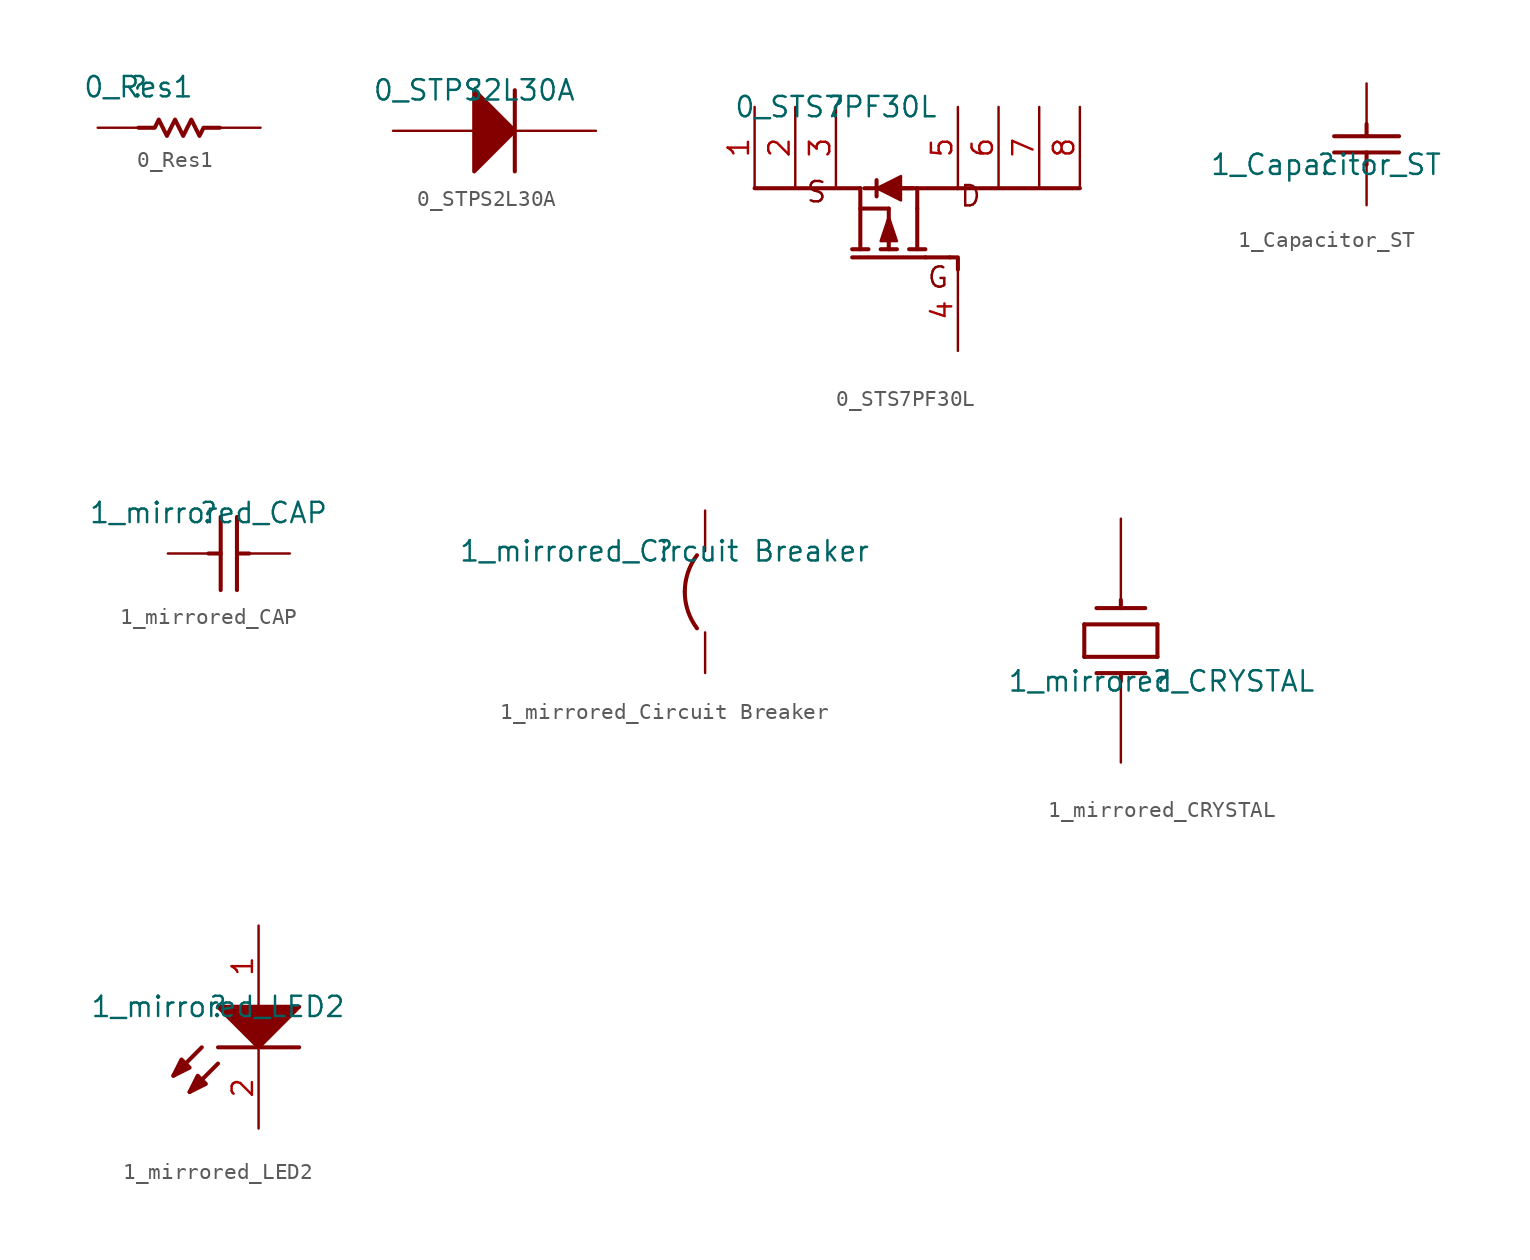
<source format=kicad_sym>
(kicad_symbol_lib
  (version 20211014)
  (generator kicad_symbol_editor)
  (symbol "0_Res1"
    (property "Reference" ""
      (at 0 0 0)
      (effects (font (size 1.27 1.27))))
    (property "Value" "0_Res1"
      (at 0 0 0)
      (effects (font (size 1.27 1.27))))
    (symbol "0_Res1_1_0"
      (polyline (pts (xy 5.08 -2.54) (xy 4.064 -2.54) (xy 3.81 -3.048) (xy 3.302 -2.032) (xy 2.794 -3.048) (xy 2.286 -2.032) (xy 1.778 -3.048) (xy 1.27 -2.032) (xy 1.016 -2.54) (xy 0 -2.54)) (stroke (width 0.254) (type default) (color 0 0 0 0)) (fill (type none)))
      (pin passive line (at -2.54 -2.54 0) (length 2.54) (name "1" (effects (font (size 0 0)))) (number "1" (effects (font (size 0 0)))))
      (pin passive line (at 7.62 -2.54 180) (length 2.54) (name "2" (effects (font (size 0 0)))) (number "2" (effects (font (size 0 0)))))))
  (symbol "0_STPS2L30A"
    (property "Reference" ""
      (at 0 0 0)
      (effects (font (size 1.27 1.27))))
    (property "Value" "0_STPS2L30A"
      (at 0 0 0)
      (effects (font (size 1.27 1.27))))
    (symbol "0_STPS2L30A_1_0"
      (polyline (pts (xy 2.54 0) (xy 2.54 -5.08)) (stroke (width 0.254) (type default) (color 0 0 0 0)) (fill (type none)))
      (polyline (pts (xy 0 -5.08) (xy 2.54 -2.54) (xy 0 0) (xy 0 -5.08)) (stroke (width 0.254) (type default) (color 0 0 0 0)) (fill (type outline)))
      (pin passive line (at -5.08 -2.54 0) (length 5.08) (name "A" (effects (font (size 0 0)))) (number "1" (effects (font (size 0 0)))))
      (pin passive line (at 7.62 -2.54 180) (length 5.08) (name "K" (effects (font (size 0 0)))) (number "2" (effects (font (size 0 0)))))))
  (symbol "0_STS7PF30L"
    (property "Reference" ""
      (at 0 0 0)
      (effects (font (size 1.27 1.27))))
    (property "Value" "0_STS7PF30L"
      (at 0 0 0)
      (effects (font (size 1.27 1.27))))
    (symbol "0_STS7PF30L_1_0"
      (polyline (pts (xy 1.016 -9.398) (xy 5.588 -9.398)) (stroke (width 0.254) (type default) (color 0 0 0 0)) (fill (type none)))
      (polyline (pts (xy 1.016 -8.89) (xy 2.032 -8.89)) (stroke (width 0.254) (type default) (color 0 0 0 0)) (fill (type none)))
      (polyline (pts (xy 1.524 -8.89) (xy 1.524 -5.08)) (stroke (width 0.254) (type default) (color 0 0 0 0)) (fill (type none)))
      (polyline (pts (xy 1.524 -5.08) (xy -5.08 -5.08)) (stroke (width 0.254) (type default) (color 0 0 0 0)) (fill (type none)))
      (polyline (pts (xy 2.54 -5.588) (xy 2.54 -4.572)) (stroke (width 0.254) (type default) (color 0 0 0 0)) (fill (type none)))
      (polyline (pts (xy 3.302 -6.35) (xy 1.524 -6.35)) (stroke (width 0.254) (type default) (color 0 0 0 0)) (fill (type none)))
      (polyline (pts (xy 3.302 -6.35) (xy 3.302 -8.89)) (stroke (width 0.254) (type default) (color 0 0 0 0)) (fill (type none)))
      (polyline (pts (xy 3.81 -8.89) (xy 2.794 -8.89)) (stroke (width 0.254) (type default) (color 0 0 0 0)) (fill (type none)))
      (polyline (pts (xy 4.826 -5.08) (xy 1.778 -5.08)) (stroke (width 0.254) (type default) (color 0 0 0 0)) (fill (type none)))
      (polyline (pts (xy 5.08 -6.35) (xy 5.08 -8.89)) (stroke (width 0.254) (type default) (color 0 0 0 0)) (fill (type none)))
      (polyline (pts (xy 5.08 -5.08) (xy 2.54 -5.08)) (stroke (width 0.254) (type default) (color 0 0 0 0)) (fill (type none)))
      (polyline (pts (xy 5.588 -9.398) (xy 7.112 -9.398)) (stroke (width 0.254) (type default) (color 0 0 0 0)) (fill (type none)))
      (polyline (pts (xy 5.588 -8.89) (xy 4.572 -8.89)) (stroke (width 0.254) (type default) (color 0 0 0 0)) (fill (type none)))
      (polyline (pts (xy 7.62 -5.08) (xy 7.62 -5.08)) (stroke (width 0.254) (type default) (color 0 0 0 0)) (fill (type none)))
      (polyline (pts (xy 5.08 -6.35) (xy 5.08 -5.08) (xy 15.24 -5.08)) (stroke (width 0.254) (type default) (color 0 0 0 0)) (fill (type none)))
      (polyline (pts (xy 7.112 -9.398) (xy 7.62 -9.398) (xy 7.62 -10.16)) (stroke (width 0.254) (type default) (color 0 0 0 0)) (fill (type none)))
      (polyline (pts (xy 2.54 -5.08) (xy 4.064 -5.842) (xy 4.064 -4.318) (xy 2.54 -5.08)) (stroke (width 0) (type default) (color 0 0 0 0)) (fill (type outline)))
      (polyline (pts (xy 3.302 -6.858) (xy 2.794 -8.382) (xy 3.81 -8.382) (xy 3.302 -6.858)) (stroke (width 0) (type default) (color 0 0 0 0)) (fill (type outline)))
      (text "D" (at 9.144 -4.826 0) (effects (font (size 1.27 1.27)) (justify right top)))
      (text "G" (at 7.112 -9.906 0) (effects (font (size 1.27 1.27)) (justify right top)))
      (text "S" (at -0.508 -4.572 0) (effects (font (size 1.27 1.27)) (justify right top)))
      (pin passive line (at -5.08 0 270) (length 5.08) (name "S" (effects (font (size 0 0)))) (number "1" (effects (font (size 1.27 1.27)))))
      (pin passive line (at -2.54 0 270) (length 5.08) (name "S" (effects (font (size 0 0)))) (number "2" (effects (font (size 1.27 1.27)))))
      (pin passive line (at 0 0 270) (length 5.08) (name "S" (effects (font (size 0 0)))) (number "3" (effects (font (size 1.27 1.27)))))
      (pin passive line (at 7.62 -15.24 90) (length 5.08) (name "G" (effects (font (size 0 0)))) (number "4" (effects (font (size 1.27 1.27)))))
      (pin passive line (at 7.62 0 270) (length 5.08) (name "D" (effects (font (size 0 0)))) (number "5" (effects (font (size 1.27 1.27)))))
      (pin passive line (at 10.16 0 270) (length 5.08) (name "D" (effects (font (size 0 0)))) (number "6" (effects (font (size 1.27 1.27)))))
      (pin passive line (at 12.7 0 270) (length 5.08) (name "D" (effects (font (size 0 0)))) (number "7" (effects (font (size 1.27 1.27)))))
      (pin passive line (at 15.24 0 270) (length 5.08) (name "D" (effects (font (size 0 0)))) (number "8" (effects (font (size 1.27 1.27)))))))
  (symbol "1_Capacitor_ST"
    (property "Reference" ""
      (at 0 0 0)
      (effects (font (size 1.27 1.27))))
    (property "Value" "1_Capacitor_ST"
      (at 0 0 0)
      (effects (font (size 1.27 1.27))))
    (symbol "1_Capacitor_ST_1_0"
      (polyline (pts (xy 0.508 1.778) (xy 4.572 1.778)) (stroke (width 0.254) (type default) (color 0 0 0 0)) (fill (type none)))
      (polyline (pts (xy 2.54 0) (xy 2.54 0.762)) (stroke (width 0.254) (type default) (color 0 0 0 0)) (fill (type none)))
      (polyline (pts (xy 2.54 2.54) (xy 2.54 1.778)) (stroke (width 0.254) (type default) (color 0 0 0 0)) (fill (type none)))
      (polyline (pts (xy 4.572 0.762) (xy 0.508 0.762)) (stroke (width 0.254) (type default) (color 0 0 0 0)) (fill (type none)))
      (pin passive line (at 2.54 -2.54 90) (length 2.54) (name "1" (effects (font (size 0 0)))) (number "1" (effects (font (size 0 0)))))
      (pin passive line (at 2.54 5.08 270) (length 2.54) (name "2" (effects (font (size 0 0)))) (number "2" (effects (font (size 0 0)))))))
  (symbol "1_mirrored_CAP"
    (property "Reference" ""
      (at 0 0 0)
      (effects (font (size 1.27 1.27))))
    (property "Value" "1_mirrored_CAP"
      (at 0 0 0)
      (effects (font (size 1.27 1.27))))
    (symbol "1_mirrored_CAP_1_0"
      (polyline (pts (xy 0 -2.54) (xy 0.762 -2.54)) (stroke (width 0.254) (type default) (color 0 0 0 0)) (fill (type none)))
      (polyline (pts (xy 0.762 -0.254) (xy 0.762 -4.826)) (stroke (width 0.254) (type default) (color 0 0 0 0)) (fill (type none)))
      (polyline (pts (xy 1.778 -2.54) (xy 2.54 -2.54)) (stroke (width 0.254) (type default) (color 0 0 0 0)) (fill (type none)))
      (polyline (pts (xy 1.778 -0.254) (xy 1.778 -4.826)) (stroke (width 0.254) (type default) (color 0 0 0 0)) (fill (type none)))
      (pin passive line (at -2.54 -2.54 0) (length 2.54) (name "1" (effects (font (size 0 0)))) (number "1" (effects (font (size 0 0)))))
      (pin passive line (at 5.08 -2.54 180) (length 2.54) (name "2" (effects (font (size 0 0)))) (number "2" (effects (font (size 0 0)))))))
  (symbol "1_mirrored_Circuit Breaker"
    (property "Reference" ""
      (at 0 0 0)
      (effects (font (size 1.27 1.27))))
    (property "Value" "1_mirrored_Circuit Breaker"
      (at 0 0 0)
      (effects (font (size 1.27 1.27))))
    (symbol "1_mirrored_Circuit Breaker_1_0"
      (arc (start 1.27 -2.54) (mid 1.4655 -3.7448) (end 2.032 -4.826) (stroke (width 0.254) (type default) (color 0 0 0 0)) (fill (type none)))
      (arc (start 2.032 -0.254) (mid 1.4655 -1.3352) (end 1.27 -2.54) (stroke (width 0.254) (type default) (color 0 0 0 0)) (fill (type none)))
      (pin passive line (at 2.54 2.54 270) (length 2.54) (name "1" (effects (font (size 0 0)))) (number "1" (effects (font (size 0 0)))))
      (pin passive line (at 2.54 -7.62 90) (length 2.54) (name "2" (effects (font (size 0 0)))) (number "2" (effects (font (size 0 0)))))))
  (symbol "1_mirrored_CRYSTAL"
    (property "Reference" ""
      (at 0 0 0)
      (effects (font (size 1.27 1.27))))
    (property "Value" "1_mirrored_CRYSTAL"
      (at 0 0 0)
      (effects (font (size 1.27 1.27))))
    (symbol "1_mirrored_CRYSTAL_1_0"
      (polyline (pts (xy -4.826 1.524) (xy -4.826 3.556)) (stroke (width 0.254) (type default) (color 0 0 0 0)) (fill (type none)))
      (polyline (pts (xy -2.54 0) (xy -2.54 0.508)) (stroke (width 0.254) (type default) (color 0 0 0 0)) (fill (type none)))
      (polyline (pts (xy -2.54 4.572) (xy -2.54 5.08)) (stroke (width 0.254) (type default) (color 0 0 0 0)) (fill (type none)))
      (polyline (pts (xy -1.016 0.508) (xy -4.064 0.508)) (stroke (width 0.254) (type default) (color 0 0 0 0)) (fill (type none)))
      (polyline (pts (xy -1.016 4.572) (xy -4.064 4.572)) (stroke (width 0.254) (type default) (color 0 0 0 0)) (fill (type none)))
      (polyline (pts (xy -0.254 1.524) (xy -4.826 1.524)) (stroke (width 0.254) (type default) (color 0 0 0 0)) (fill (type none)))
      (polyline (pts (xy -0.254 1.524) (xy -0.254 3.556)) (stroke (width 0.254) (type default) (color 0 0 0 0)) (fill (type none)))
      (polyline (pts (xy -0.254 3.556) (xy -4.826 3.556)) (stroke (width 0.254) (type default) (color 0 0 0 0)) (fill (type none)))
      (pin passive line (at -2.54 -5.08 90) (length 5.08) (name "1" (effects (font (size 0 0)))) (number "1" (effects (font (size 0 0)))))
      (pin passive line (at -2.54 10.16 270) (length 5.08) (name "2" (effects (font (size 0 0)))) (number "2" (effects (font (size 0 0)))))))
  (symbol "1_mirrored_LED2"
    (property "Reference" ""
      (at 0 0 0)
      (effects (font (size 1.27 1.27))))
    (property "Value" "1_mirrored_LED2"
      (at 0 0 0)
      (effects (font (size 1.27 1.27))))
    (symbol "1_mirrored_LED2_1_0"
      (polyline (pts (xy -1.016 -2.54) (xy -2.794 -4.318)) (stroke (width 0.254) (type default) (color 0 0 0 0)) (fill (type none)))
      (polyline (pts (xy 0 -3.556) (xy -1.778 -5.334)) (stroke (width 0.254) (type default) (color 0 0 0 0)) (fill (type none)))
      (polyline (pts (xy 0 -2.54) (xy 5.08 -2.54)) (stroke (width 0.254) (type default) (color 0 0 0 0)) (fill (type none)))
      (polyline (pts (xy -2.794 -4.318) (xy -2.286 -3.302) (xy -1.778 -3.81) (xy -2.794 -4.318)) (stroke (width 0.254) (type default) (color 0 0 0 0)) (fill (type outline)))
      (polyline (pts (xy -1.778 -5.334) (xy -1.27 -4.318) (xy -0.762 -4.826) (xy -1.778 -5.334)) (stroke (width 0.254) (type default) (color 0 0 0 0)) (fill (type outline)))
      (polyline (pts (xy 5.08 0) (xy 2.54 -2.54) (xy 0 0) (xy 5.08 0)) (stroke (width 0.254) (type default) (color 0 0 0 0)) (fill (type outline)))
      (pin passive line (at 2.54 5.08 270) (length 5.08) (name "A" (effects (font (size 0 0)))) (number "1" (effects (font (size 1.27 1.27)))))
      (pin passive line (at 2.54 -7.62 90) (length 5.08) (name "K" (effects (font (size 0 0)))) (number "2" (effects (font (size 1.27 1.27))))))))
</source>
